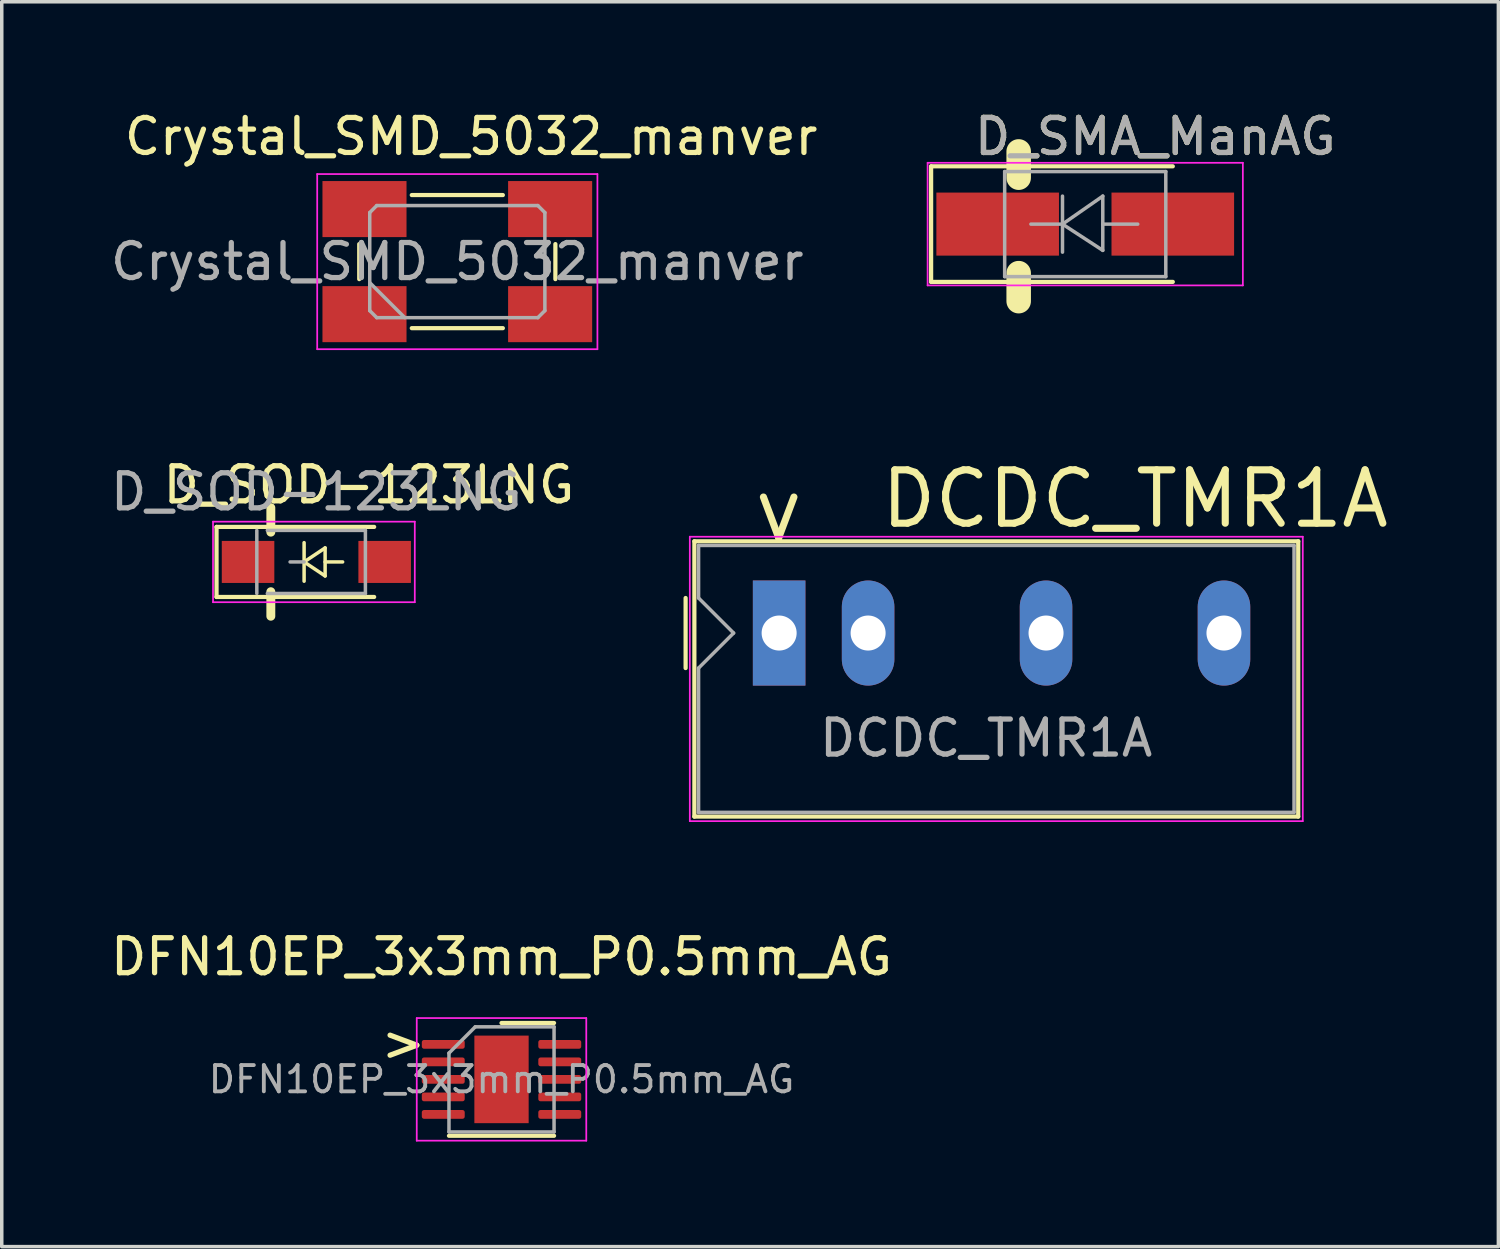
<source format=kicad_pcb>
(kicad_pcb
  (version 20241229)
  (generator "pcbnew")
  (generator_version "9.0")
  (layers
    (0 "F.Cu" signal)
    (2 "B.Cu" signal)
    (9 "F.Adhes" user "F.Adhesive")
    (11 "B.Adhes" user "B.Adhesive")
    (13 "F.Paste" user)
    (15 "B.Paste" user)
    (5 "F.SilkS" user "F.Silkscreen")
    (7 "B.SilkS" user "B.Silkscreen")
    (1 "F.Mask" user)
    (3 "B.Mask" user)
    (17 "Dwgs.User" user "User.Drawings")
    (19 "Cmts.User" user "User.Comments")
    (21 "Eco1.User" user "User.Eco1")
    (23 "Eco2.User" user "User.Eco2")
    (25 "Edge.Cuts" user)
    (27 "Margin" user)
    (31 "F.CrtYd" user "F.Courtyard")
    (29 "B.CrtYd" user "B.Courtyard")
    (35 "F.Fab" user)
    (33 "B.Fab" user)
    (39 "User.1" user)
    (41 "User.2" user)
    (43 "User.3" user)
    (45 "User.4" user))
  (footprint "D_SOD-123LNG"
    (layer "F.Cu")
    (at 5.682 12.993)
    (property "Reference" "D_SOD-123LNG" (at 1.8 -2.2 0) (layer "F.SilkS") (effects (font (size 1 1) (thickness 0.15))))
    (attr smd)
    (fp_line (start -2.55 -1) (end -2.55 1) (stroke (width 0.12) (type solid)) (layer "F.SilkS"))
    (fp_line (start -2.55 -1) (end 1.95 -1) (stroke (width 0.12) (type solid)) (layer "F.SilkS"))
    (fp_line (start -2.55 1) (end 1.95 1) (stroke (width 0.12) (type solid)) (layer "F.SilkS"))
    (fp_line (start -1 -0.85) (end -1 -1.55) (stroke (width 0.254) (type solid)) (layer "F.SilkS"))
    (fp_line (start -1 1.55) (end -1 0.85) (stroke (width 0.254) (type solid)) (layer "F.SilkS"))
    (fp_line (start -0.05 0) (end -0.05 -0.55) (stroke (width 0.1) (type solid)) (layer "F.SilkS"))
    (fp_line (start -0.05 0) (end -0.05 0.55) (stroke (width 0.1) (type solid)) (layer "F.SilkS"))
    (fp_line (start -0.05 0) (end 0.55 -0.4) (stroke (width 0.1) (type solid)) (layer "F.SilkS"))
    (fp_line (start 0.55 -0.4) (end 0.55 0.4) (stroke (width 0.1) (type solid)) (layer "F.SilkS"))
    (fp_line (start 0.55 0) (end 1.05 0) (stroke (width 0.1) (type solid)) (layer "F.SilkS"))
    (fp_line (start 0.55 0.4) (end -0.05 0) (stroke (width 0.1) (type solid)) (layer "F.SilkS"))
    (fp_line (start -2.65 -1.15) (end -2.65 1.15) (stroke (width 0.05) (type solid)) (layer "F.CrtYd"))
    (fp_line (start -2.65 -1.15) (end 3.11 -1.15) (stroke (width 0.05) (type solid)) (layer "F.CrtYd"))
    (fp_line (start 3.11 -1.15) (end 3.11 1.15) (stroke (width 0.05) (type solid)) (layer "F.CrtYd"))
    (fp_line (start 3.11 1.15) (end -2.65 1.15) (stroke (width 0.05) (type solid)) (layer "F.CrtYd"))
    (fp_line (start -1.4 0.9) (end -1.4 -0.9) (stroke (width 0.1) (type solid)) (layer "F.Fab"))
    (fp_line (start -1.1 -0.9) (end 1.7 -0.9) (stroke (width 0.1) (type solid)) (layer "F.Fab"))
    (fp_line (start -0.45 0) (end -0.05 0) (stroke (width 0.1) (type solid)) (layer "F.Fab"))
    (fp_line (start 1.7 -0.9) (end 1.7 0.9) (stroke (width 0.1) (type solid)) (layer "F.Fab"))
    (fp_line (start 1.7 0.9) (end -1.1 0.9) (stroke (width 0.1) (type solid)) (layer "F.Fab"))
    (fp_text user "${REFERENCE}" (at 0.3 -2 0) (layer "F.Fab") (effects (font (size 1 1) (thickness 0.15))))
    (pad "1" smd rect (at -1.65 0) (size 1.5 1.2) (layers "F.Cu" "F.Mask" "F.Paste"))
    (pad "2" smd rect (at 2.25 0) (size 1.5 1.2) (layers "F.Cu" "F.Mask" "F.Paste")))
  (footprint "D_SMA_ManAG"
    (layer "F.Cu")
    (at 27.933 3.348)
    (property "Reference" "D_SMA_ManAG" (at 2 -2.5 0) (layer "F.SilkS") (effects (font (size 1 1) (thickness 0.15))))
    (attr smd)
    (fp_line (start -4.4 -1.65) (end -4.4 1.65) (stroke (width 0.12) (type solid)) (layer "F.SilkS"))
    (fp_line (start -4.4 -1.65) (end 2.5 -1.65) (stroke (width 0.12) (type solid)) (layer "F.SilkS"))
    (fp_line (start -4.4 1.65) (end 2.5 1.65) (stroke (width 0.12) (type solid)) (layer "F.SilkS"))
    (fp_line (start -1.9 -1.325) (end -1.9 -2.075) (stroke (width 0.7) (type solid)) (layer "F.SilkS"))
    (fp_line (start -1.9 2.2) (end -1.9 1.4) (stroke (width 0.7) (type solid)) (layer "F.SilkS"))
    (fp_line (start -4.5 -1.75) (end 4.5 -1.75) (stroke (width 0.05) (type solid)) (layer "F.CrtYd"))
    (fp_line (start -4.5 1.75) (end -4.5 -1.75) (stroke (width 0.05) (type solid)) (layer "F.CrtYd"))
    (fp_line (start 4.5 -1.75) (end 4.5 1.75) (stroke (width 0.05) (type solid)) (layer "F.CrtYd"))
    (fp_line (start 4.5 1.75) (end -4.5 1.75) (stroke (width 0.05) (type solid)) (layer "F.CrtYd"))
    (fp_line (start -2.3 1.5) (end -2.3 -1.5) (stroke (width 0.1) (type solid)) (layer "F.Fab"))
    (fp_line (start -0.649 -0.799) (end -0.649 0.801) (stroke (width 0.1) (type solid)) (layer "F.Fab"))
    (fp_line (start -0.649 0.001) (end -1.551 0.001) (stroke (width 0.1) (type solid)) (layer "F.Fab"))
    (fp_line (start -0.649 0.001) (end 0.501 -0.799) (stroke (width 0.1) (type solid)) (layer "F.Fab"))
    (fp_line (start -0.649 0.001) (end 0.501 0.75) (stroke (width 0.1) (type solid)) (layer "F.Fab"))
    (fp_line (start 0.501 0.001) (end 1.499 0.001) (stroke (width 0.1) (type solid)) (layer "F.Fab"))
    (fp_line (start 0.501 0.75) (end 0.501 -0.799) (stroke (width 0.1) (type solid)) (layer "F.Fab"))
    (fp_line (start 2.3 -1.5) (end -2.3 -1.5) (stroke (width 0.1) (type solid)) (layer "F.Fab"))
    (fp_line (start 2.3 -1.5) (end 2.3 1.5) (stroke (width 0.1) (type solid)) (layer "F.Fab"))
    (fp_line (start 2.3 1.5) (end -2.3 1.5) (stroke (width 0.1) (type solid)) (layer "F.Fab"))
    (fp_text user "${REFERENCE}" (at 2 -2.5 0) (layer "F.Fab") (effects (font (size 1 1) (thickness 0.15))))
    (pad "1" smd rect (at -2.5 0) (size 3.5 1.8) (layers "F.Cu" "F.Mask" "F.Paste"))
    (pad "2" smd rect (at 2.5 0) (size 3.5 1.8) (layers "F.Cu" "F.Mask" "F.Paste")))
  (footprint "DFN10EP_3x3mm_P0.5mm_AG"
    (layer "F.Cu")
    (at 11.268 27.766)
    (property "Reference" "DFN10EP_3x3mm_P0.5mm_AG" (at 0 -3.5 0) (layer "F.SilkS") (effects (font (size 1 1) (thickness 0.15))))
    (attr smd)
    (fp_line (start -1.5 1.61) (end 1.5 1.61) (stroke (width 0.12) (type solid)) (layer "F.SilkS"))
    (fp_line (start 0 -1.61) (end 1.5 -1.61) (stroke (width 0.12) (type solid)) (layer "F.SilkS"))
    (fp_line (start -2.42 -1.75) (end -2.42 1.75) (stroke (width 0.05) (type solid)) (layer "F.CrtYd"))
    (fp_line (start -2.42 1.75) (end 2.42 1.75) (stroke (width 0.05) (type solid)) (layer "F.CrtYd"))
    (fp_line (start 2.42 -1.75) (end -2.42 -1.75) (stroke (width 0.05) (type solid)) (layer "F.CrtYd"))
    (fp_line (start 2.42 1.75) (end 2.42 -1.75) (stroke (width 0.05) (type solid)) (layer "F.CrtYd"))
    (fp_line (start -1.5 -0.75) (end -0.75 -1.5) (stroke (width 0.1) (type solid)) (layer "F.Fab"))
    (fp_line (start -1.5 1.5) (end -1.5 -0.75) (stroke (width 0.1) (type solid)) (layer "F.Fab"))
    (fp_line (start -0.75 -1.5) (end 1.5 -1.5) (stroke (width 0.1) (type solid)) (layer "F.Fab"))
    (fp_line (start 1.5 -1.5) (end 1.5 1.5) (stroke (width 0.1) (type solid)) (layer "F.Fab"))
    (fp_line (start 1.5 1.5) (end -1.5 1.5) (stroke (width 0.1) (type solid)) (layer "F.Fab"))
    (fp_text user ">" (at -2.8 -1.05 0) (unlocked yes) (layer "F.SilkS") (effects (font (size 1 1) (thickness 0.15))))
    (fp_text user "${REFERENCE}" (at 0 0 0) (layer "F.Fab") (effects (font (size 0.75 0.75) (thickness 0.11))))
    (pad "" smd roundrect (at -0.425 -0.625) (size 0.69 1.01) (layers "F.Paste") (roundrect_rratio 0.25))
    (pad "" smd roundrect (at -0.425 0.625) (size 0.69 1.01) (layers "F.Paste") (roundrect_rratio 0.25))
    (pad "" smd roundrect (at 0.425 -0.625) (size 0.69 1.01) (layers "F.Paste") (roundrect_rratio 0.25))
    (pad "" smd roundrect (at 0.425 0.625) (size 0.69 1.01) (layers "F.Paste") (roundrect_rratio 0.25))
    (pad "1" smd roundrect (at -1.663 -1) (size 1.225 0.25) (layers "F.Cu" "F.Mask" "F.Paste") (roundrect_rratio 0.25))
    (pad "2" smd roundrect (at -1.663 -0.5) (size 1.225 0.25) (layers "F.Cu" "F.Mask" "F.Paste") (roundrect_rratio 0.25))
    (pad "3" smd roundrect (at -1.663 0) (size 1.225 0.25) (layers "F.Cu" "F.Mask" "F.Paste") (roundrect_rratio 0.25))
    (pad "4" smd roundrect (at -1.663 0.5) (size 1.225 0.25) (layers "F.Cu" "F.Mask" "F.Paste") (roundrect_rratio 0.25))
    (pad "5" smd roundrect (at -1.663 1) (size 1.225 0.25) (layers "F.Cu" "F.Mask" "F.Paste") (roundrect_rratio 0.25))
    (pad "6" smd roundrect (at 1.663 1) (size 1.225 0.25) (layers "F.Cu" "F.Mask" "F.Paste") (roundrect_rratio 0.25))
    (pad "7" smd roundrect (at 1.663 0.5) (size 1.225 0.25) (layers "F.Cu" "F.Mask" "F.Paste") (roundrect_rratio 0.25))
    (pad "8" smd roundrect (at 1.663 0) (size 1.225 0.25) (layers "F.Cu" "F.Mask" "F.Paste") (roundrect_rratio 0.25))
    (pad "9" smd roundrect (at 1.663 -0.5) (size 1.225 0.25) (layers "F.Cu" "F.Mask" "F.Paste") (roundrect_rratio 0.25))
    (pad "10" smd roundrect (at 1.663 -1) (size 1.225 0.25) (layers "F.Cu" "F.Mask" "F.Paste") (roundrect_rratio 0.25))
    (pad "11" smd rect (at 0 0) (size 1.55 2.5) (layers "F.Cu" "F.Mask")))
  (footprint "Crystal_SMD_5032_manver"
    (layer "F.Cu")
    (at 10.006 4.419)
    (property "Reference" "Crystal_SMD_5032_manver" (at 0.396 -3.571 0) (layer "F.SilkS") (effects (font (size 1 1) (thickness 0.15))))
    (attr smd)
    (fp_line (start -2.8 -0.5) (end -2.8 0.5) (stroke (width 0.12) (type solid)) (layer "F.SilkS"))
    (fp_line (start -1.3 1.9) (end 1.3 1.9) (stroke (width 0.12) (type solid)) (layer "F.SilkS"))
    (fp_line (start 1.3 -1.9) (end -1.3 -1.9) (stroke (width 0.12) (type solid)) (layer "F.SilkS"))
    (fp_line (start 2.8 0.5) (end 2.8 -0.5) (stroke (width 0.12) (type solid)) (layer "F.SilkS"))
    (fp_line (start -4 -2.5) (end 4 -2.5) (stroke (width 0.05) (type solid)) (layer "F.CrtYd"))
    (fp_line (start -4 2.5) (end -4 -2.5) (stroke (width 0.05) (type solid)) (layer "F.CrtYd"))
    (fp_line (start 4 -2.5) (end 4 2.5) (stroke (width 0.05) (type solid)) (layer "F.CrtYd"))
    (fp_line (start 4 2.5) (end -4 2.5) (stroke (width 0.05) (type solid)) (layer "F.CrtYd"))
    (fp_line (start -2.5 -1.4) (end -2.3 -1.6) (stroke (width 0.1) (type solid)) (layer "F.Fab"))
    (fp_line (start -2.5 0.6) (end -1.5 1.6) (stroke (width 0.1) (type solid)) (layer "F.Fab"))
    (fp_line (start -2.5 1.4) (end -2.5 -1.4) (stroke (width 0.1) (type solid)) (layer "F.Fab"))
    (fp_line (start -2.3 -1.6) (end 2.3 -1.6) (stroke (width 0.1) (type solid)) (layer "F.Fab"))
    (fp_line (start -2.3 1.6) (end -2.5 1.4) (stroke (width 0.1) (type solid)) (layer "F.Fab"))
    (fp_line (start 2.3 -1.6) (end 2.5 -1.4) (stroke (width 0.1) (type solid)) (layer "F.Fab"))
    (fp_line (start 2.3 1.6) (end -2.3 1.6) (stroke (width 0.1) (type solid)) (layer "F.Fab"))
    (fp_line (start 2.5 -1.4) (end 2.5 1.4) (stroke (width 0.1) (type solid)) (layer "F.Fab"))
    (fp_line (start 2.5 1.4) (end 2.3 1.6) (stroke (width 0.1) (type solid)) (layer "F.Fab"))
    (fp_text user "${REFERENCE}" (at 0 0 0) (layer "F.Fab") (effects (font (size 1 1) (thickness 0.15))))
    (pad "1" smd rect (at -2.65 1.5) (size 2.4 1.6) (layers "F.Cu" "F.Mask" "F.Paste"))
    (pad "2" smd rect (at 2.65 1.5) (size 2.4 1.6) (layers "F.Cu" "F.Mask" "F.Paste"))
    (pad "3" smd rect (at 2.65 -1.5) (size 2.4 1.6) (layers "F.Cu" "F.Mask" "F.Paste"))
    (pad "4" smd rect (at -2.65 -1.5) (size 2.4 1.6) (layers "F.Cu" "F.Mask" "F.Paste")))
  (footprint "DCDC_TMR1A"
    (layer "F.Cu")
    (at 19.194 15.023)
    (property "Reference" "DCDC_TMR1A" (at 10.16 -3.83 0) (layer "F.SilkS") (effects (font (size 1.524 1.524) (thickness 0.203))))
    (attr through_hole)
    (fp_line (start -2.67 -1) (end -2.67 1) (stroke (width 0.12) (type solid)) (layer "F.SilkS"))
    (fp_line (start -2.42 -2.62) (end 14.82 -2.62) (stroke (width 0.12) (type solid)) (layer "F.SilkS"))
    (fp_line (start -2.42 5.24) (end -2.42 -2.62) (stroke (width 0.12) (type solid)) (layer "F.SilkS"))
    (fp_line (start 14.82 -2.62) (end 14.82 5.24) (stroke (width 0.12) (type solid)) (layer "F.SilkS"))
    (fp_line (start 14.82 5.24) (end -2.42 5.24) (stroke (width 0.12) (type solid)) (layer "F.SilkS"))
    (fp_line (start -2.55 -2.75) (end -2.55 5.37) (stroke (width 0.05) (type solid)) (layer "F.CrtYd"))
    (fp_line (start -2.55 -2.75) (end 14.95 -2.75) (stroke (width 0.05) (type solid)) (layer "F.CrtYd"))
    (fp_line (start -2.55 5.37) (end 14.95 5.37) (stroke (width 0.05) (type solid)) (layer "F.CrtYd"))
    (fp_line (start 14.95 -2.75) (end 14.95 5.37) (stroke (width 0.05) (type solid)) (layer "F.CrtYd"))
    (fp_line (start -2.3 -1) (end -2.3 -2.5) (stroke (width 0.1) (type solid)) (layer "F.Fab"))
    (fp_line (start -2.3 -1) (end -1.3 0) (stroke (width 0.1) (type solid)) (layer "F.Fab"))
    (fp_line (start -2.3 1) (end -2.3 5.12) (stroke (width 0.1) (type solid)) (layer "F.Fab"))
    (fp_line (start -1.3 0) (end -2.3 1) (stroke (width 0.1) (type solid)) (layer "F.Fab"))
    (fp_line (start 14.7 -2.5) (end -2.3 -2.5) (stroke (width 0.1) (type solid)) (layer "F.Fab"))
    (fp_line (start 14.7 -2.5) (end 14.7 5.12) (stroke (width 0.1) (type solid)) (layer "F.Fab"))
    (fp_line (start 14.7 5.12) (end -2.3 5.12) (stroke (width 0.1) (type solid)) (layer "F.Fab"))
    (fp_text user "<" (at -0.127 -3.302 90) (unlocked yes) (layer "F.SilkS") (effects (font (size 1.524 1.524) (thickness 0.203))))
    (fp_text user "${REFERENCE}" (at 5.91 3 0) (layer "F.Fab") (effects (font (size 1 1) (thickness 0.15))))
    (pad "1" thru_hole rect (at 0 0) (size 1.5 3) (drill 1) (layers "*.Cu" "*.Mask"))
    (pad "2" thru_hole oval (at 2.54 0) (size 1.5 3) (drill 1) (layers "*.Cu" "*.Mask"))
    (pad "4" thru_hole oval (at 7.62 0) (size 1.5 3) (drill 1) (layers "*.Cu" "*.Mask"))
    (pad "6" thru_hole oval (at 12.7 0) (size 1.5 3) (drill 1) (layers "*.Cu" "*.Mask")))
  (gr_rect
    (start -3 -3)
    (end 39.728 32.541)
    (stroke (width 0.1) (type default))
    (fill no)
    (layer "Edge.Cuts")))
</source>
